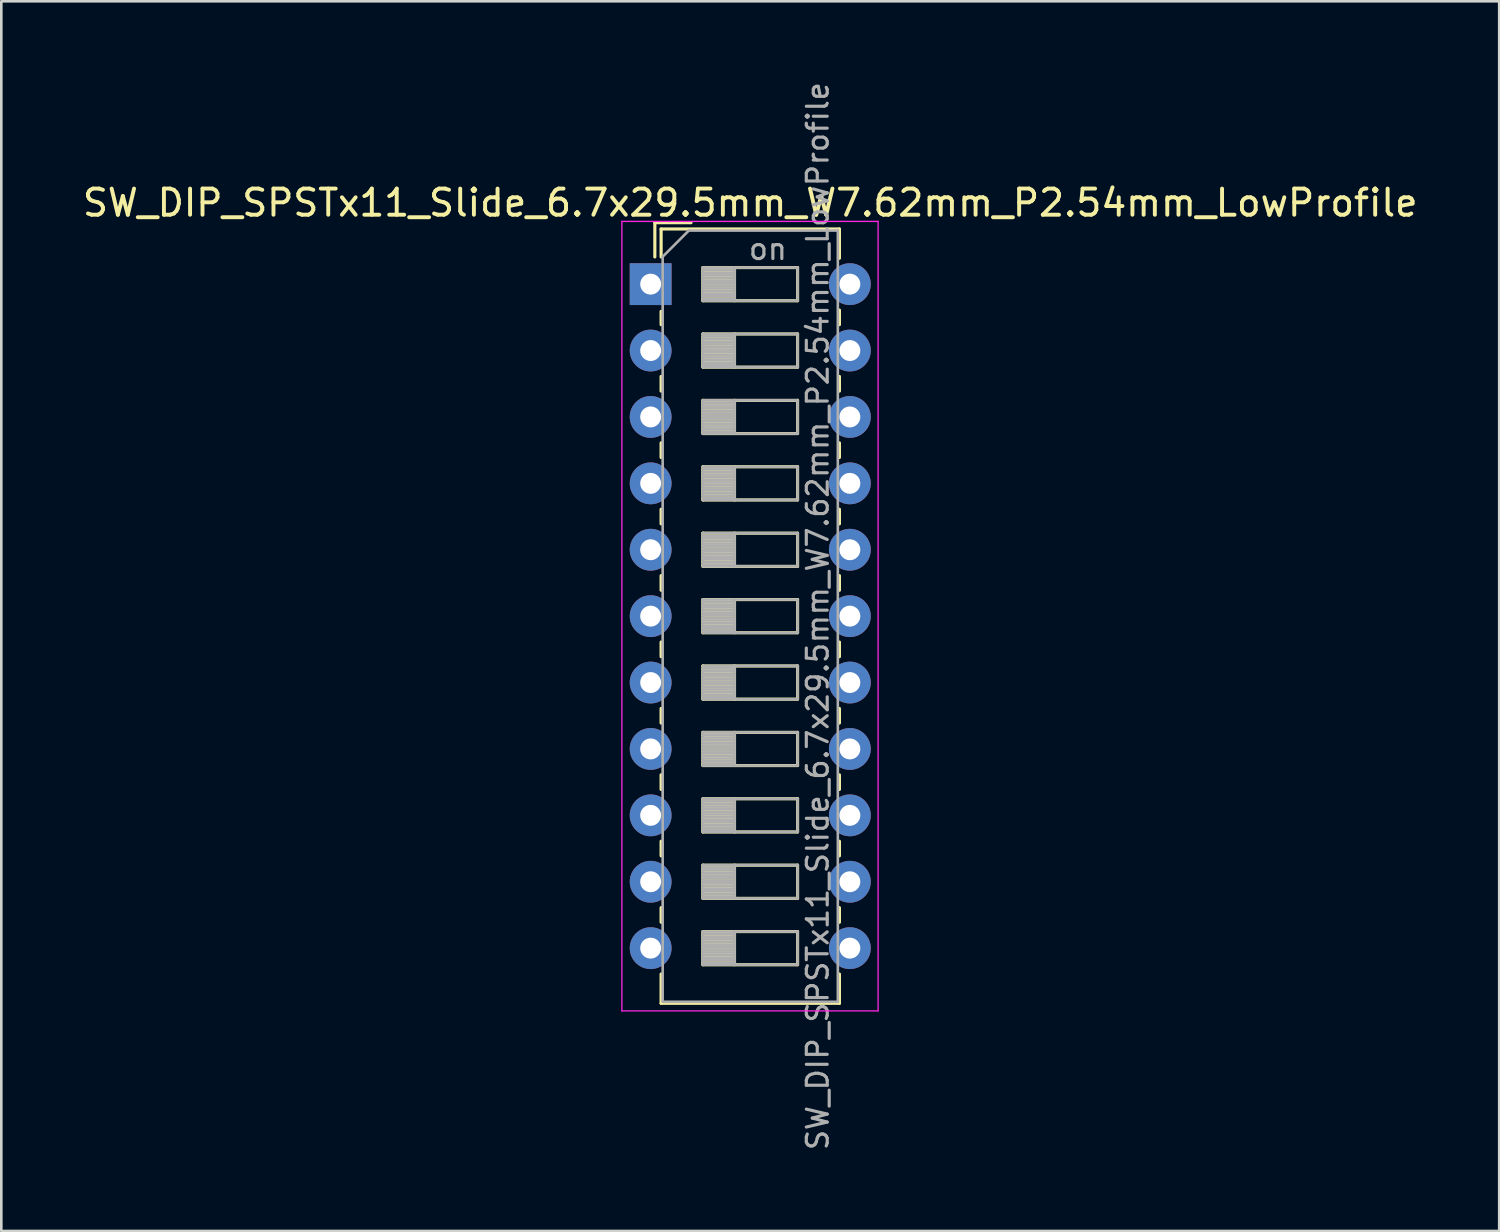
<source format=kicad_pcb>
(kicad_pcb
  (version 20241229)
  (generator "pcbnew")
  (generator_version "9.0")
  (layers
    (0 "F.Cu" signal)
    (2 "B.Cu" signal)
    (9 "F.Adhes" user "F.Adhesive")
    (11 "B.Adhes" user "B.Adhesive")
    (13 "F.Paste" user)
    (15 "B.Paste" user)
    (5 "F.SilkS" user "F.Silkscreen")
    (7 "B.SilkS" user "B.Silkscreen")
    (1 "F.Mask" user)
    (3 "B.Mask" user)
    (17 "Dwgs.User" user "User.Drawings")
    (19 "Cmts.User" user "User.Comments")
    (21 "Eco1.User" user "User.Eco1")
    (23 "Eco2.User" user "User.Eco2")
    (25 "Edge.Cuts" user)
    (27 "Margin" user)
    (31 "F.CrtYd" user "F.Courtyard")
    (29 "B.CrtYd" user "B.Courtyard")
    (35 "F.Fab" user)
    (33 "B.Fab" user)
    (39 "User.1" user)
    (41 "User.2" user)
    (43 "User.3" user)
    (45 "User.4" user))
  (footprint "SW_DIP_SPSTx11_Slide_6.7x29.5mm_W7.62mm_P2.54mm_LowProfile"
    (layer "F.Cu")
    (at 21.839 7.819)
    (property "Reference" "SW_DIP_SPSTx11_Slide_6.7x29.5mm_W7.62mm_P2.54mm_LowProfile" (at 3.81 -3.11 0) (layer "F.SilkS") (effects (font (size 1 1) (thickness 0.15))))
    (attr through_hole)
    (fp_line (start 0.16 -2.35) (end 0.16 -1.04) (stroke (width 0.12) (type solid)) (layer "F.SilkS"))
    (fp_line (start 0.16 -2.35) (end 1.543 -2.35) (stroke (width 0.12) (type solid)) (layer "F.SilkS"))
    (fp_line (start 0.4 -2.11) (end 0.4 -1.04) (stroke (width 0.12) (type solid)) (layer "F.SilkS"))
    (fp_line (start 0.4 -2.11) (end 7.221 -2.11) (stroke (width 0.12) (type solid)) (layer "F.SilkS"))
    (fp_line (start 0.4 1.04) (end 0.4 1.551) (stroke (width 0.12) (type solid)) (layer "F.SilkS"))
    (fp_line (start 0.4 3.53) (end 0.4 4.091) (stroke (width 0.12) (type solid)) (layer "F.SilkS"))
    (fp_line (start 0.4 6.07) (end 0.4 6.631) (stroke (width 0.12) (type solid)) (layer "F.SilkS"))
    (fp_line (start 0.4 8.61) (end 0.4 9.17) (stroke (width 0.12) (type solid)) (layer "F.SilkS"))
    (fp_line (start 0.4 11.15) (end 0.4 11.71) (stroke (width 0.12) (type solid)) (layer "F.SilkS"))
    (fp_line (start 0.4 13.69) (end 0.4 14.25) (stroke (width 0.12) (type solid)) (layer "F.SilkS"))
    (fp_line (start 0.4 16.23) (end 0.4 16.79) (stroke (width 0.12) (type solid)) (layer "F.SilkS"))
    (fp_line (start 0.4 18.77) (end 0.4 19.33) (stroke (width 0.12) (type solid)) (layer "F.SilkS"))
    (fp_line (start 0.4 21.31) (end 0.4 21.87) (stroke (width 0.12) (type solid)) (layer "F.SilkS"))
    (fp_line (start 0.4 23.85) (end 0.4 24.41) (stroke (width 0.12) (type solid)) (layer "F.SilkS"))
    (fp_line (start 0.4 26.39) (end 0.4 27.51) (stroke (width 0.12) (type solid)) (layer "F.SilkS"))
    (fp_line (start 0.4 27.51) (end 7.221 27.51) (stroke (width 0.12) (type solid)) (layer "F.SilkS"))
    (fp_line (start 2 -0.635) (end 2 0.635) (stroke (width 0.12) (type solid)) (layer "F.SilkS"))
    (fp_line (start 2 -0.515) (end 3.207 -0.515) (stroke (width 0.12) (type solid)) (layer "F.SilkS"))
    (fp_line (start 2 -0.395) (end 3.207 -0.395) (stroke (width 0.12) (type solid)) (layer "F.SilkS"))
    (fp_line (start 2 -0.275) (end 3.207 -0.275) (stroke (width 0.12) (type solid)) (layer "F.SilkS"))
    (fp_line (start 2 -0.155) (end 3.207 -0.155) (stroke (width 0.12) (type solid)) (layer "F.SilkS"))
    (fp_line (start 2 -0.035) (end 3.207 -0.035) (stroke (width 0.12) (type solid)) (layer "F.SilkS"))
    (fp_line (start 2 0.085) (end 3.207 0.085) (stroke (width 0.12) (type solid)) (layer "F.SilkS"))
    (fp_line (start 2 0.205) (end 3.207 0.205) (stroke (width 0.12) (type solid)) (layer "F.SilkS"))
    (fp_line (start 2 0.325) (end 3.207 0.325) (stroke (width 0.12) (type solid)) (layer "F.SilkS"))
    (fp_line (start 2 0.445) (end 3.207 0.445) (stroke (width 0.12) (type solid)) (layer "F.SilkS"))
    (fp_line (start 2 0.565) (end 3.207 0.565) (stroke (width 0.12) (type solid)) (layer "F.SilkS"))
    (fp_line (start 2 0.635) (end 5.62 0.635) (stroke (width 0.12) (type solid)) (layer "F.SilkS"))
    (fp_line (start 2 1.905) (end 2 3.175) (stroke (width 0.12) (type solid)) (layer "F.SilkS"))
    (fp_line (start 2 2.025) (end 3.207 2.025) (stroke (width 0.12) (type solid)) (layer "F.SilkS"))
    (fp_line (start 2 2.145) (end 3.207 2.145) (stroke (width 0.12) (type solid)) (layer "F.SilkS"))
    (fp_line (start 2 2.265) (end 3.207 2.265) (stroke (width 0.12) (type solid)) (layer "F.SilkS"))
    (fp_line (start 2 2.385) (end 3.207 2.385) (stroke (width 0.12) (type solid)) (layer "F.SilkS"))
    (fp_line (start 2 2.505) (end 3.207 2.505) (stroke (width 0.12) (type solid)) (layer "F.SilkS"))
    (fp_line (start 2 2.625) (end 3.207 2.625) (stroke (width 0.12) (type solid)) (layer "F.SilkS"))
    (fp_line (start 2 2.745) (end 3.207 2.745) (stroke (width 0.12) (type solid)) (layer "F.SilkS"))
    (fp_line (start 2 2.865) (end 3.207 2.865) (stroke (width 0.12) (type solid)) (layer "F.SilkS"))
    (fp_line (start 2 2.985) (end 3.207 2.985) (stroke (width 0.12) (type solid)) (layer "F.SilkS"))
    (fp_line (start 2 3.105) (end 3.207 3.105) (stroke (width 0.12) (type solid)) (layer "F.SilkS"))
    (fp_line (start 2 3.175) (end 5.62 3.175) (stroke (width 0.12) (type solid)) (layer "F.SilkS"))
    (fp_line (start 2 4.445) (end 2 5.715) (stroke (width 0.12) (type solid)) (layer "F.SilkS"))
    (fp_line (start 2 4.565) (end 3.207 4.565) (stroke (width 0.12) (type solid)) (layer "F.SilkS"))
    (fp_line (start 2 4.685) (end 3.207 4.685) (stroke (width 0.12) (type solid)) (layer "F.SilkS"))
    (fp_line (start 2 4.805) (end 3.207 4.805) (stroke (width 0.12) (type solid)) (layer "F.SilkS"))
    (fp_line (start 2 4.925) (end 3.207 4.925) (stroke (width 0.12) (type solid)) (layer "F.SilkS"))
    (fp_line (start 2 5.045) (end 3.207 5.045) (stroke (width 0.12) (type solid)) (layer "F.SilkS"))
    (fp_line (start 2 5.165) (end 3.207 5.165) (stroke (width 0.12) (type solid)) (layer "F.SilkS"))
    (fp_line (start 2 5.285) (end 3.207 5.285) (stroke (width 0.12) (type solid)) (layer "F.SilkS"))
    (fp_line (start 2 5.405) (end 3.207 5.405) (stroke (width 0.12) (type solid)) (layer "F.SilkS"))
    (fp_line (start 2 5.525) (end 3.207 5.525) (stroke (width 0.12) (type solid)) (layer "F.SilkS"))
    (fp_line (start 2 5.645) (end 3.207 5.645) (stroke (width 0.12) (type solid)) (layer "F.SilkS"))
    (fp_line (start 2 5.715) (end 5.62 5.715) (stroke (width 0.12) (type solid)) (layer "F.SilkS"))
    (fp_line (start 2 6.985) (end 2 8.255) (stroke (width 0.12) (type solid)) (layer "F.SilkS"))
    (fp_line (start 2 7.105) (end 3.207 7.105) (stroke (width 0.12) (type solid)) (layer "F.SilkS"))
    (fp_line (start 2 7.225) (end 3.207 7.225) (stroke (width 0.12) (type solid)) (layer "F.SilkS"))
    (fp_line (start 2 7.345) (end 3.207 7.345) (stroke (width 0.12) (type solid)) (layer "F.SilkS"))
    (fp_line (start 2 7.465) (end 3.207 7.465) (stroke (width 0.12) (type solid)) (layer "F.SilkS"))
    (fp_line (start 2 7.585) (end 3.207 7.585) (stroke (width 0.12) (type solid)) (layer "F.SilkS"))
    (fp_line (start 2 7.705) (end 3.207 7.705) (stroke (width 0.12) (type solid)) (layer "F.SilkS"))
    (fp_line (start 2 7.825) (end 3.207 7.825) (stroke (width 0.12) (type solid)) (layer "F.SilkS"))
    (fp_line (start 2 7.945) (end 3.207 7.945) (stroke (width 0.12) (type solid)) (layer "F.SilkS"))
    (fp_line (start 2 8.065) (end 3.207 8.065) (stroke (width 0.12) (type solid)) (layer "F.SilkS"))
    (fp_line (start 2 8.185) (end 3.207 8.185) (stroke (width 0.12) (type solid)) (layer "F.SilkS"))
    (fp_line (start 2 8.255) (end 5.62 8.255) (stroke (width 0.12) (type solid)) (layer "F.SilkS"))
    (fp_line (start 2 9.525) (end 2 10.795) (stroke (width 0.12) (type solid)) (layer "F.SilkS"))
    (fp_line (start 2 9.645) (end 3.207 9.645) (stroke (width 0.12) (type solid)) (layer "F.SilkS"))
    (fp_line (start 2 9.765) (end 3.207 9.765) (stroke (width 0.12) (type solid)) (layer "F.SilkS"))
    (fp_line (start 2 9.885) (end 3.207 9.885) (stroke (width 0.12) (type solid)) (layer "F.SilkS"))
    (fp_line (start 2 10.005) (end 3.207 10.005) (stroke (width 0.12) (type solid)) (layer "F.SilkS"))
    (fp_line (start 2 10.125) (end 3.207 10.125) (stroke (width 0.12) (type solid)) (layer "F.SilkS"))
    (fp_line (start 2 10.245) (end 3.207 10.245) (stroke (width 0.12) (type solid)) (layer "F.SilkS"))
    (fp_line (start 2 10.365) (end 3.207 10.365) (stroke (width 0.12) (type solid)) (layer "F.SilkS"))
    (fp_line (start 2 10.485) (end 3.207 10.485) (stroke (width 0.12) (type solid)) (layer "F.SilkS"))
    (fp_line (start 2 10.605) (end 3.207 10.605) (stroke (width 0.12) (type solid)) (layer "F.SilkS"))
    (fp_line (start 2 10.725) (end 3.207 10.725) (stroke (width 0.12) (type solid)) (layer "F.SilkS"))
    (fp_line (start 2 10.795) (end 5.62 10.795) (stroke (width 0.12) (type solid)) (layer "F.SilkS"))
    (fp_line (start 2 12.065) (end 2 13.335) (stroke (width 0.12) (type solid)) (layer "F.SilkS"))
    (fp_line (start 2 12.185) (end 3.207 12.185) (stroke (width 0.12) (type solid)) (layer "F.SilkS"))
    (fp_line (start 2 12.305) (end 3.207 12.305) (stroke (width 0.12) (type solid)) (layer "F.SilkS"))
    (fp_line (start 2 12.425) (end 3.207 12.425) (stroke (width 0.12) (type solid)) (layer "F.SilkS"))
    (fp_line (start 2 12.545) (end 3.207 12.545) (stroke (width 0.12) (type solid)) (layer "F.SilkS"))
    (fp_line (start 2 12.665) (end 3.207 12.665) (stroke (width 0.12) (type solid)) (layer "F.SilkS"))
    (fp_line (start 2 12.785) (end 3.207 12.785) (stroke (width 0.12) (type solid)) (layer "F.SilkS"))
    (fp_line (start 2 12.905) (end 3.207 12.905) (stroke (width 0.12) (type solid)) (layer "F.SilkS"))
    (fp_line (start 2 13.025) (end 3.207 13.025) (stroke (width 0.12) (type solid)) (layer "F.SilkS"))
    (fp_line (start 2 13.145) (end 3.207 13.145) (stroke (width 0.12) (type solid)) (layer "F.SilkS"))
    (fp_line (start 2 13.265) (end 3.207 13.265) (stroke (width 0.12) (type solid)) (layer "F.SilkS"))
    (fp_line (start 2 13.335) (end 5.62 13.335) (stroke (width 0.12) (type solid)) (layer "F.SilkS"))
    (fp_line (start 2 14.605) (end 2 15.875) (stroke (width 0.12) (type solid)) (layer "F.SilkS"))
    (fp_line (start 2 14.725) (end 3.207 14.725) (stroke (width 0.12) (type solid)) (layer "F.SilkS"))
    (fp_line (start 2 14.845) (end 3.207 14.845) (stroke (width 0.12) (type solid)) (layer "F.SilkS"))
    (fp_line (start 2 14.965) (end 3.207 14.965) (stroke (width 0.12) (type solid)) (layer "F.SilkS"))
    (fp_line (start 2 15.085) (end 3.207 15.085) (stroke (width 0.12) (type solid)) (layer "F.SilkS"))
    (fp_line (start 2 15.205) (end 3.207 15.205) (stroke (width 0.12) (type solid)) (layer "F.SilkS"))
    (fp_line (start 2 15.325) (end 3.207 15.325) (stroke (width 0.12) (type solid)) (layer "F.SilkS"))
    (fp_line (start 2 15.445) (end 3.207 15.445) (stroke (width 0.12) (type solid)) (layer "F.SilkS"))
    (fp_line (start 2 15.565) (end 3.207 15.565) (stroke (width 0.12) (type solid)) (layer "F.SilkS"))
    (fp_line (start 2 15.685) (end 3.207 15.685) (stroke (width 0.12) (type solid)) (layer "F.SilkS"))
    (fp_line (start 2 15.805) (end 3.207 15.805) (stroke (width 0.12) (type solid)) (layer "F.SilkS"))
    (fp_line (start 2 15.875) (end 5.62 15.875) (stroke (width 0.12) (type solid)) (layer "F.SilkS"))
    (fp_line (start 2 17.145) (end 2 18.415) (stroke (width 0.12) (type solid)) (layer "F.SilkS"))
    (fp_line (start 2 17.265) (end 3.207 17.265) (stroke (width 0.12) (type solid)) (layer "F.SilkS"))
    (fp_line (start 2 17.385) (end 3.207 17.385) (stroke (width 0.12) (type solid)) (layer "F.SilkS"))
    (fp_line (start 2 17.505) (end 3.207 17.505) (stroke (width 0.12) (type solid)) (layer "F.SilkS"))
    (fp_line (start 2 17.625) (end 3.207 17.625) (stroke (width 0.12) (type solid)) (layer "F.SilkS"))
    (fp_line (start 2 17.745) (end 3.207 17.745) (stroke (width 0.12) (type solid)) (layer "F.SilkS"))
    (fp_line (start 2 17.865) (end 3.207 17.865) (stroke (width 0.12) (type solid)) (layer "F.SilkS"))
    (fp_line (start 2 17.985) (end 3.207 17.985) (stroke (width 0.12) (type solid)) (layer "F.SilkS"))
    (fp_line (start 2 18.105) (end 3.207 18.105) (stroke (width 0.12) (type solid)) (layer "F.SilkS"))
    (fp_line (start 2 18.225) (end 3.207 18.225) (stroke (width 0.12) (type solid)) (layer "F.SilkS"))
    (fp_line (start 2 18.345) (end 3.207 18.345) (stroke (width 0.12) (type solid)) (layer "F.SilkS"))
    (fp_line (start 2 18.415) (end 5.62 18.415) (stroke (width 0.12) (type solid)) (layer "F.SilkS"))
    (fp_line (start 2 19.685) (end 2 20.955) (stroke (width 0.12) (type solid)) (layer "F.SilkS"))
    (fp_line (start 2 19.805) (end 3.207 19.805) (stroke (width 0.12) (type solid)) (layer "F.SilkS"))
    (fp_line (start 2 19.925) (end 3.207 19.925) (stroke (width 0.12) (type solid)) (layer "F.SilkS"))
    (fp_line (start 2 20.045) (end 3.207 20.045) (stroke (width 0.12) (type solid)) (layer "F.SilkS"))
    (fp_line (start 2 20.165) (end 3.207 20.165) (stroke (width 0.12) (type solid)) (layer "F.SilkS"))
    (fp_line (start 2 20.285) (end 3.207 20.285) (stroke (width 0.12) (type solid)) (layer "F.SilkS"))
    (fp_line (start 2 20.405) (end 3.207 20.405) (stroke (width 0.12) (type solid)) (layer "F.SilkS"))
    (fp_line (start 2 20.525) (end 3.207 20.525) (stroke (width 0.12) (type solid)) (layer "F.SilkS"))
    (fp_line (start 2 20.645) (end 3.207 20.645) (stroke (width 0.12) (type solid)) (layer "F.SilkS"))
    (fp_line (start 2 20.765) (end 3.207 20.765) (stroke (width 0.12) (type solid)) (layer "F.SilkS"))
    (fp_line (start 2 20.885) (end 3.207 20.885) (stroke (width 0.12) (type solid)) (layer "F.SilkS"))
    (fp_line (start 2 20.955) (end 5.62 20.955) (stroke (width 0.12) (type solid)) (layer "F.SilkS"))
    (fp_line (start 2 22.225) (end 2 23.495) (stroke (width 0.12) (type solid)) (layer "F.SilkS"))
    (fp_line (start 2 22.345) (end 3.207 22.345) (stroke (width 0.12) (type solid)) (layer "F.SilkS"))
    (fp_line (start 2 22.465) (end 3.207 22.465) (stroke (width 0.12) (type solid)) (layer "F.SilkS"))
    (fp_line (start 2 22.585) (end 3.207 22.585) (stroke (width 0.12) (type solid)) (layer "F.SilkS"))
    (fp_line (start 2 22.705) (end 3.207 22.705) (stroke (width 0.12) (type solid)) (layer "F.SilkS"))
    (fp_line (start 2 22.825) (end 3.207 22.825) (stroke (width 0.12) (type solid)) (layer "F.SilkS"))
    (fp_line (start 2 22.945) (end 3.207 22.945) (stroke (width 0.12) (type solid)) (layer "F.SilkS"))
    (fp_line (start 2 23.065) (end 3.207 23.065) (stroke (width 0.12) (type solid)) (layer "F.SilkS"))
    (fp_line (start 2 23.185) (end 3.207 23.185) (stroke (width 0.12) (type solid)) (layer "F.SilkS"))
    (fp_line (start 2 23.305) (end 3.207 23.305) (stroke (width 0.12) (type solid)) (layer "F.SilkS"))
    (fp_line (start 2 23.425) (end 3.207 23.425) (stroke (width 0.12) (type solid)) (layer "F.SilkS"))
    (fp_line (start 2 23.495) (end 5.62 23.495) (stroke (width 0.12) (type solid)) (layer "F.SilkS"))
    (fp_line (start 2 24.765) (end 2 26.035) (stroke (width 0.12) (type solid)) (layer "F.SilkS"))
    (fp_line (start 2 24.885) (end 3.207 24.885) (stroke (width 0.12) (type solid)) (layer "F.SilkS"))
    (fp_line (start 2 25.005) (end 3.207 25.005) (stroke (width 0.12) (type solid)) (layer "F.SilkS"))
    (fp_line (start 2 25.125) (end 3.207 25.125) (stroke (width 0.12) (type solid)) (layer "F.SilkS"))
    (fp_line (start 2 25.245) (end 3.207 25.245) (stroke (width 0.12) (type solid)) (layer "F.SilkS"))
    (fp_line (start 2 25.365) (end 3.207 25.365) (stroke (width 0.12) (type solid)) (layer "F.SilkS"))
    (fp_line (start 2 25.485) (end 3.207 25.485) (stroke (width 0.12) (type solid)) (layer "F.SilkS"))
    (fp_line (start 2 25.605) (end 3.207 25.605) (stroke (width 0.12) (type solid)) (layer "F.SilkS"))
    (fp_line (start 2 25.725) (end 3.207 25.725) (stroke (width 0.12) (type solid)) (layer "F.SilkS"))
    (fp_line (start 2 25.845) (end 3.207 25.845) (stroke (width 0.12) (type solid)) (layer "F.SilkS"))
    (fp_line (start 2 25.965) (end 3.207 25.965) (stroke (width 0.12) (type solid)) (layer "F.SilkS"))
    (fp_line (start 2 26.035) (end 5.62 26.035) (stroke (width 0.12) (type solid)) (layer "F.SilkS"))
    (fp_line (start 3.207 -0.635) (end 3.207 0.635) (stroke (width 0.12) (type solid)) (layer "F.SilkS"))
    (fp_line (start 3.207 1.905) (end 3.207 3.175) (stroke (width 0.12) (type solid)) (layer "F.SilkS"))
    (fp_line (start 3.207 4.445) (end 3.207 5.715) (stroke (width 0.12) (type solid)) (layer "F.SilkS"))
    (fp_line (start 3.207 6.985) (end 3.207 8.255) (stroke (width 0.12) (type solid)) (layer "F.SilkS"))
    (fp_line (start 3.207 9.525) (end 3.207 10.795) (stroke (width 0.12) (type solid)) (layer "F.SilkS"))
    (fp_line (start 3.207 12.065) (end 3.207 13.335) (stroke (width 0.12) (type solid)) (layer "F.SilkS"))
    (fp_line (start 3.207 14.605) (end 3.207 15.875) (stroke (width 0.12) (type solid)) (layer "F.SilkS"))
    (fp_line (start 3.207 17.145) (end 3.207 18.415) (stroke (width 0.12) (type solid)) (layer "F.SilkS"))
    (fp_line (start 3.207 19.685) (end 3.207 20.955) (stroke (width 0.12) (type solid)) (layer "F.SilkS"))
    (fp_line (start 3.207 22.225) (end 3.207 23.495) (stroke (width 0.12) (type solid)) (layer "F.SilkS"))
    (fp_line (start 3.207 24.765) (end 3.207 26.035) (stroke (width 0.12) (type solid)) (layer "F.SilkS"))
    (fp_line (start 5.62 -0.635) (end 2 -0.635) (stroke (width 0.12) (type solid)) (layer "F.SilkS"))
    (fp_line (start 5.62 0.635) (end 5.62 -0.635) (stroke (width 0.12) (type solid)) (layer "F.SilkS"))
    (fp_line (start 5.62 1.905) (end 2 1.905) (stroke (width 0.12) (type solid)) (layer "F.SilkS"))
    (fp_line (start 5.62 3.175) (end 5.62 1.905) (stroke (width 0.12) (type solid)) (layer "F.SilkS"))
    (fp_line (start 5.62 4.445) (end 2 4.445) (stroke (width 0.12) (type solid)) (layer "F.SilkS"))
    (fp_line (start 5.62 5.715) (end 5.62 4.445) (stroke (width 0.12) (type solid)) (layer "F.SilkS"))
    (fp_line (start 5.62 6.985) (end 2 6.985) (stroke (width 0.12) (type solid)) (layer "F.SilkS"))
    (fp_line (start 5.62 8.255) (end 5.62 6.985) (stroke (width 0.12) (type solid)) (layer "F.SilkS"))
    (fp_line (start 5.62 9.525) (end 2 9.525) (stroke (width 0.12) (type solid)) (layer "F.SilkS"))
    (fp_line (start 5.62 10.795) (end 5.62 9.525) (stroke (width 0.12) (type solid)) (layer "F.SilkS"))
    (fp_line (start 5.62 12.065) (end 2 12.065) (stroke (width 0.12) (type solid)) (layer "F.SilkS"))
    (fp_line (start 5.62 13.335) (end 5.62 12.065) (stroke (width 0.12) (type solid)) (layer "F.SilkS"))
    (fp_line (start 5.62 14.605) (end 2 14.605) (stroke (width 0.12) (type solid)) (layer "F.SilkS"))
    (fp_line (start 5.62 15.875) (end 5.62 14.605) (stroke (width 0.12) (type solid)) (layer "F.SilkS"))
    (fp_line (start 5.62 17.145) (end 2 17.145) (stroke (width 0.12) (type solid)) (layer "F.SilkS"))
    (fp_line (start 5.62 18.415) (end 5.62 17.145) (stroke (width 0.12) (type solid)) (layer "F.SilkS"))
    (fp_line (start 5.62 19.685) (end 2 19.685) (stroke (width 0.12) (type solid)) (layer "F.SilkS"))
    (fp_line (start 5.62 20.955) (end 5.62 19.685) (stroke (width 0.12) (type solid)) (layer "F.SilkS"))
    (fp_line (start 5.62 22.225) (end 2 22.225) (stroke (width 0.12) (type solid)) (layer "F.SilkS"))
    (fp_line (start 5.62 23.495) (end 5.62 22.225) (stroke (width 0.12) (type solid)) (layer "F.SilkS"))
    (fp_line (start 5.62 24.765) (end 2 24.765) (stroke (width 0.12) (type solid)) (layer "F.SilkS"))
    (fp_line (start 5.62 26.035) (end 5.62 24.765) (stroke (width 0.12) (type solid)) (layer "F.SilkS"))
    (fp_line (start 7.221 -2.11) (end 7.221 -0.99) (stroke (width 0.12) (type solid)) (layer "F.SilkS"))
    (fp_line (start 7.221 0.991) (end 7.221 1.551) (stroke (width 0.12) (type solid)) (layer "F.SilkS"))
    (fp_line (start 7.221 3.531) (end 7.221 4.091) (stroke (width 0.12) (type solid)) (layer "F.SilkS"))
    (fp_line (start 7.221 6.071) (end 7.221 6.631) (stroke (width 0.12) (type solid)) (layer "F.SilkS"))
    (fp_line (start 7.221 8.611) (end 7.221 9.171) (stroke (width 0.12) (type solid)) (layer "F.SilkS"))
    (fp_line (start 7.221 11.151) (end 7.221 11.711) (stroke (width 0.12) (type solid)) (layer "F.SilkS"))
    (fp_line (start 7.221 13.691) (end 7.221 14.251) (stroke (width 0.12) (type solid)) (layer "F.SilkS"))
    (fp_line (start 7.221 16.231) (end 7.221 16.79) (stroke (width 0.12) (type solid)) (layer "F.SilkS"))
    (fp_line (start 7.221 18.771) (end 7.221 19.33) (stroke (width 0.12) (type solid)) (layer "F.SilkS"))
    (fp_line (start 7.221 21.311) (end 7.221 21.87) (stroke (width 0.12) (type solid)) (layer "F.SilkS"))
    (fp_line (start 7.221 23.85) (end 7.221 24.41) (stroke (width 0.12) (type solid)) (layer "F.SilkS"))
    (fp_line (start 7.221 26.39) (end 7.221 27.51) (stroke (width 0.12) (type solid)) (layer "F.SilkS"))
    (fp_line (start -1.1 -2.4) (end -1.1 27.8) (stroke (width 0.05) (type solid)) (layer "F.CrtYd"))
    (fp_line (start -1.1 27.8) (end 8.7 27.8) (stroke (width 0.05) (type solid)) (layer "F.CrtYd"))
    (fp_line (start 8.7 -2.4) (end -1.1 -2.4) (stroke (width 0.05) (type solid)) (layer "F.CrtYd"))
    (fp_line (start 8.7 27.8) (end 8.7 -2.4) (stroke (width 0.05) (type solid)) (layer "F.CrtYd"))
    (fp_line (start 0.46 -1.05) (end 1.46 -2.05) (stroke (width 0.1) (type solid)) (layer "F.Fab"))
    (fp_line (start 0.46 27.45) (end 0.46 -1.05) (stroke (width 0.1) (type solid)) (layer "F.Fab"))
    (fp_line (start 1.46 -2.05) (end 7.16 -2.05) (stroke (width 0.1) (type solid)) (layer "F.Fab"))
    (fp_line (start 2 -0.635) (end 2 0.635) (stroke (width 0.1) (type solid)) (layer "F.Fab"))
    (fp_line (start 2 -0.535) (end 3.207 -0.535) (stroke (width 0.1) (type solid)) (layer "F.Fab"))
    (fp_line (start 2 -0.435) (end 3.207 -0.435) (stroke (width 0.1) (type solid)) (layer "F.Fab"))
    (fp_line (start 2 -0.335) (end 3.207 -0.335) (stroke (width 0.1) (type solid)) (layer "F.Fab"))
    (fp_line (start 2 -0.235) (end 3.207 -0.235) (stroke (width 0.1) (type solid)) (layer "F.Fab"))
    (fp_line (start 2 -0.135) (end 3.207 -0.135) (stroke (width 0.1) (type solid)) (layer "F.Fab"))
    (fp_line (start 2 -0.035) (end 3.207 -0.035) (stroke (width 0.1) (type solid)) (layer "F.Fab"))
    (fp_line (start 2 0.065) (end 3.207 0.065) (stroke (width 0.1) (type solid)) (layer "F.Fab"))
    (fp_line (start 2 0.165) (end 3.207 0.165) (stroke (width 0.1) (type solid)) (layer "F.Fab"))
    (fp_line (start 2 0.265) (end 3.207 0.265) (stroke (width 0.1) (type solid)) (layer "F.Fab"))
    (fp_line (start 2 0.365) (end 3.207 0.365) (stroke (width 0.1) (type solid)) (layer "F.Fab"))
    (fp_line (start 2 0.465) (end 3.207 0.465) (stroke (width 0.1) (type solid)) (layer "F.Fab"))
    (fp_line (start 2 0.565) (end 3.207 0.565) (stroke (width 0.1) (type solid)) (layer "F.Fab"))
    (fp_line (start 2 0.635) (end 5.62 0.635) (stroke (width 0.1) (type solid)) (layer "F.Fab"))
    (fp_line (start 2 1.905) (end 2 3.175) (stroke (width 0.1) (type solid)) (layer "F.Fab"))
    (fp_line (start 2 2.005) (end 3.207 2.005) (stroke (width 0.1) (type solid)) (layer "F.Fab"))
    (fp_line (start 2 2.105) (end 3.207 2.105) (stroke (width 0.1) (type solid)) (layer "F.Fab"))
    (fp_line (start 2 2.205) (end 3.207 2.205) (stroke (width 0.1) (type solid)) (layer "F.Fab"))
    (fp_line (start 2 2.305) (end 3.207 2.305) (stroke (width 0.1) (type solid)) (layer "F.Fab"))
    (fp_line (start 2 2.405) (end 3.207 2.405) (stroke (width 0.1) (type solid)) (layer "F.Fab"))
    (fp_line (start 2 2.505) (end 3.207 2.505) (stroke (width 0.1) (type solid)) (layer "F.Fab"))
    (fp_line (start 2 2.605) (end 3.207 2.605) (stroke (width 0.1) (type solid)) (layer "F.Fab"))
    (fp_line (start 2 2.705) (end 3.207 2.705) (stroke (width 0.1) (type solid)) (layer "F.Fab"))
    (fp_line (start 2 2.805) (end 3.207 2.805) (stroke (width 0.1) (type solid)) (layer "F.Fab"))
    (fp_line (start 2 2.905) (end 3.207 2.905) (stroke (width 0.1) (type solid)) (layer "F.Fab"))
    (fp_line (start 2 3.005) (end 3.207 3.005) (stroke (width 0.1) (type solid)) (layer "F.Fab"))
    (fp_line (start 2 3.105) (end 3.207 3.105) (stroke (width 0.1) (type solid)) (layer "F.Fab"))
    (fp_line (start 2 3.175) (end 5.62 3.175) (stroke (width 0.1) (type solid)) (layer "F.Fab"))
    (fp_line (start 2 4.445) (end 2 5.715) (stroke (width 0.1) (type solid)) (layer "F.Fab"))
    (fp_line (start 2 4.545) (end 3.207 4.545) (stroke (width 0.1) (type solid)) (layer "F.Fab"))
    (fp_line (start 2 4.645) (end 3.207 4.645) (stroke (width 0.1) (type solid)) (layer "F.Fab"))
    (fp_line (start 2 4.745) (end 3.207 4.745) (stroke (width 0.1) (type solid)) (layer "F.Fab"))
    (fp_line (start 2 4.845) (end 3.207 4.845) (stroke (width 0.1) (type solid)) (layer "F.Fab"))
    (fp_line (start 2 4.945) (end 3.207 4.945) (stroke (width 0.1) (type solid)) (layer "F.Fab"))
    (fp_line (start 2 5.045) (end 3.207 5.045) (stroke (width 0.1) (type solid)) (layer "F.Fab"))
    (fp_line (start 2 5.145) (end 3.207 5.145) (stroke (width 0.1) (type solid)) (layer "F.Fab"))
    (fp_line (start 2 5.245) (end 3.207 5.245) (stroke (width 0.1) (type solid)) (layer "F.Fab"))
    (fp_line (start 2 5.345) (end 3.207 5.345) (stroke (width 0.1) (type solid)) (layer "F.Fab"))
    (fp_line (start 2 5.445) (end 3.207 5.445) (stroke (width 0.1) (type solid)) (layer "F.Fab"))
    (fp_line (start 2 5.545) (end 3.207 5.545) (stroke (width 0.1) (type solid)) (layer "F.Fab"))
    (fp_line (start 2 5.645) (end 3.207 5.645) (stroke (width 0.1) (type solid)) (layer "F.Fab"))
    (fp_line (start 2 5.715) (end 5.62 5.715) (stroke (width 0.1) (type solid)) (layer "F.Fab"))
    (fp_line (start 2 6.985) (end 2 8.255) (stroke (width 0.1) (type solid)) (layer "F.Fab"))
    (fp_line (start 2 7.085) (end 3.207 7.085) (stroke (width 0.1) (type solid)) (layer "F.Fab"))
    (fp_line (start 2 7.185) (end 3.207 7.185) (stroke (width 0.1) (type solid)) (layer "F.Fab"))
    (fp_line (start 2 7.285) (end 3.207 7.285) (stroke (width 0.1) (type solid)) (layer "F.Fab"))
    (fp_line (start 2 7.385) (end 3.207 7.385) (stroke (width 0.1) (type solid)) (layer "F.Fab"))
    (fp_line (start 2 7.485) (end 3.207 7.485) (stroke (width 0.1) (type solid)) (layer "F.Fab"))
    (fp_line (start 2 7.585) (end 3.207 7.585) (stroke (width 0.1) (type solid)) (layer "F.Fab"))
    (fp_line (start 2 7.685) (end 3.207 7.685) (stroke (width 0.1) (type solid)) (layer "F.Fab"))
    (fp_line (start 2 7.785) (end 3.207 7.785) (stroke (width 0.1) (type solid)) (layer "F.Fab"))
    (fp_line (start 2 7.885) (end 3.207 7.885) (stroke (width 0.1) (type solid)) (layer "F.Fab"))
    (fp_line (start 2 7.985) (end 3.207 7.985) (stroke (width 0.1) (type solid)) (layer "F.Fab"))
    (fp_line (start 2 8.085) (end 3.207 8.085) (stroke (width 0.1) (type solid)) (layer "F.Fab"))
    (fp_line (start 2 8.185) (end 3.207 8.185) (stroke (width 0.1) (type solid)) (layer "F.Fab"))
    (fp_line (start 2 8.255) (end 5.62 8.255) (stroke (width 0.1) (type solid)) (layer "F.Fab"))
    (fp_line (start 2 9.525) (end 2 10.795) (stroke (width 0.1) (type solid)) (layer "F.Fab"))
    (fp_line (start 2 9.625) (end 3.207 9.625) (stroke (width 0.1) (type solid)) (layer "F.Fab"))
    (fp_line (start 2 9.725) (end 3.207 9.725) (stroke (width 0.1) (type solid)) (layer "F.Fab"))
    (fp_line (start 2 9.825) (end 3.207 9.825) (stroke (width 0.1) (type solid)) (layer "F.Fab"))
    (fp_line (start 2 9.925) (end 3.207 9.925) (stroke (width 0.1) (type solid)) (layer "F.Fab"))
    (fp_line (start 2 10.025) (end 3.207 10.025) (stroke (width 0.1) (type solid)) (layer "F.Fab"))
    (fp_line (start 2 10.125) (end 3.207 10.125) (stroke (width 0.1) (type solid)) (layer "F.Fab"))
    (fp_line (start 2 10.225) (end 3.207 10.225) (stroke (width 0.1) (type solid)) (layer "F.Fab"))
    (fp_line (start 2 10.325) (end 3.207 10.325) (stroke (width 0.1) (type solid)) (layer "F.Fab"))
    (fp_line (start 2 10.425) (end 3.207 10.425) (stroke (width 0.1) (type solid)) (layer "F.Fab"))
    (fp_line (start 2 10.525) (end 3.207 10.525) (stroke (width 0.1) (type solid)) (layer "F.Fab"))
    (fp_line (start 2 10.625) (end 3.207 10.625) (stroke (width 0.1) (type solid)) (layer "F.Fab"))
    (fp_line (start 2 10.725) (end 3.207 10.725) (stroke (width 0.1) (type solid)) (layer "F.Fab"))
    (fp_line (start 2 10.795) (end 5.62 10.795) (stroke (width 0.1) (type solid)) (layer "F.Fab"))
    (fp_line (start 2 12.065) (end 2 13.335) (stroke (width 0.1) (type solid)) (layer "F.Fab"))
    (fp_line (start 2 12.165) (end 3.207 12.165) (stroke (width 0.1) (type solid)) (layer "F.Fab"))
    (fp_line (start 2 12.265) (end 3.207 12.265) (stroke (width 0.1) (type solid)) (layer "F.Fab"))
    (fp_line (start 2 12.365) (end 3.207 12.365) (stroke (width 0.1) (type solid)) (layer "F.Fab"))
    (fp_line (start 2 12.465) (end 3.207 12.465) (stroke (width 0.1) (type solid)) (layer "F.Fab"))
    (fp_line (start 2 12.565) (end 3.207 12.565) (stroke (width 0.1) (type solid)) (layer "F.Fab"))
    (fp_line (start 2 12.665) (end 3.207 12.665) (stroke (width 0.1) (type solid)) (layer "F.Fab"))
    (fp_line (start 2 12.765) (end 3.207 12.765) (stroke (width 0.1) (type solid)) (layer "F.Fab"))
    (fp_line (start 2 12.865) (end 3.207 12.865) (stroke (width 0.1) (type solid)) (layer "F.Fab"))
    (fp_line (start 2 12.965) (end 3.207 12.965) (stroke (width 0.1) (type solid)) (layer "F.Fab"))
    (fp_line (start 2 13.065) (end 3.207 13.065) (stroke (width 0.1) (type solid)) (layer "F.Fab"))
    (fp_line (start 2 13.165) (end 3.207 13.165) (stroke (width 0.1) (type solid)) (layer "F.Fab"))
    (fp_line (start 2 13.265) (end 3.207 13.265) (stroke (width 0.1) (type solid)) (layer "F.Fab"))
    (fp_line (start 2 13.335) (end 5.62 13.335) (stroke (width 0.1) (type solid)) (layer "F.Fab"))
    (fp_line (start 2 14.605) (end 2 15.875) (stroke (width 0.1) (type solid)) (layer "F.Fab"))
    (fp_line (start 2 14.705) (end 3.207 14.705) (stroke (width 0.1) (type solid)) (layer "F.Fab"))
    (fp_line (start 2 14.805) (end 3.207 14.805) (stroke (width 0.1) (type solid)) (layer "F.Fab"))
    (fp_line (start 2 14.905) (end 3.207 14.905) (stroke (width 0.1) (type solid)) (layer "F.Fab"))
    (fp_line (start 2 15.005) (end 3.207 15.005) (stroke (width 0.1) (type solid)) (layer "F.Fab"))
    (fp_line (start 2 15.105) (end 3.207 15.105) (stroke (width 0.1) (type solid)) (layer "F.Fab"))
    (fp_line (start 2 15.205) (end 3.207 15.205) (stroke (width 0.1) (type solid)) (layer "F.Fab"))
    (fp_line (start 2 15.305) (end 3.207 15.305) (stroke (width 0.1) (type solid)) (layer "F.Fab"))
    (fp_line (start 2 15.405) (end 3.207 15.405) (stroke (width 0.1) (type solid)) (layer "F.Fab"))
    (fp_line (start 2 15.505) (end 3.207 15.505) (stroke (width 0.1) (type solid)) (layer "F.Fab"))
    (fp_line (start 2 15.605) (end 3.207 15.605) (stroke (width 0.1) (type solid)) (layer "F.Fab"))
    (fp_line (start 2 15.705) (end 3.207 15.705) (stroke (width 0.1) (type solid)) (layer "F.Fab"))
    (fp_line (start 2 15.805) (end 3.207 15.805) (stroke (width 0.1) (type solid)) (layer "F.Fab"))
    (fp_line (start 2 15.875) (end 5.62 15.875) (stroke (width 0.1) (type solid)) (layer "F.Fab"))
    (fp_line (start 2 17.145) (end 2 18.415) (stroke (width 0.1) (type solid)) (layer "F.Fab"))
    (fp_line (start 2 17.245) (end 3.207 17.245) (stroke (width 0.1) (type solid)) (layer "F.Fab"))
    (fp_line (start 2 17.345) (end 3.207 17.345) (stroke (width 0.1) (type solid)) (layer "F.Fab"))
    (fp_line (start 2 17.445) (end 3.207 17.445) (stroke (width 0.1) (type solid)) (layer "F.Fab"))
    (fp_line (start 2 17.545) (end 3.207 17.545) (stroke (width 0.1) (type solid)) (layer "F.Fab"))
    (fp_line (start 2 17.645) (end 3.207 17.645) (stroke (width 0.1) (type solid)) (layer "F.Fab"))
    (fp_line (start 2 17.745) (end 3.207 17.745) (stroke (width 0.1) (type solid)) (layer "F.Fab"))
    (fp_line (start 2 17.845) (end 3.207 17.845) (stroke (width 0.1) (type solid)) (layer "F.Fab"))
    (fp_line (start 2 17.945) (end 3.207 17.945) (stroke (width 0.1) (type solid)) (layer "F.Fab"))
    (fp_line (start 2 18.045) (end 3.207 18.045) (stroke (width 0.1) (type solid)) (layer "F.Fab"))
    (fp_line (start 2 18.145) (end 3.207 18.145) (stroke (width 0.1) (type solid)) (layer "F.Fab"))
    (fp_line (start 2 18.245) (end 3.207 18.245) (stroke (width 0.1) (type solid)) (layer "F.Fab"))
    (fp_line (start 2 18.345) (end 3.207 18.345) (stroke (width 0.1) (type solid)) (layer "F.Fab"))
    (fp_line (start 2 18.415) (end 5.62 18.415) (stroke (width 0.1) (type solid)) (layer "F.Fab"))
    (fp_line (start 2 19.685) (end 2 20.955) (stroke (width 0.1) (type solid)) (layer "F.Fab"))
    (fp_line (start 2 19.785) (end 3.207 19.785) (stroke (width 0.1) (type solid)) (layer "F.Fab"))
    (fp_line (start 2 19.885) (end 3.207 19.885) (stroke (width 0.1) (type solid)) (layer "F.Fab"))
    (fp_line (start 2 19.985) (end 3.207 19.985) (stroke (width 0.1) (type solid)) (layer "F.Fab"))
    (fp_line (start 2 20.085) (end 3.207 20.085) (stroke (width 0.1) (type solid)) (layer "F.Fab"))
    (fp_line (start 2 20.185) (end 3.207 20.185) (stroke (width 0.1) (type solid)) (layer "F.Fab"))
    (fp_line (start 2 20.285) (end 3.207 20.285) (stroke (width 0.1) (type solid)) (layer "F.Fab"))
    (fp_line (start 2 20.385) (end 3.207 20.385) (stroke (width 0.1) (type solid)) (layer "F.Fab"))
    (fp_line (start 2 20.485) (end 3.207 20.485) (stroke (width 0.1) (type solid)) (layer "F.Fab"))
    (fp_line (start 2 20.585) (end 3.207 20.585) (stroke (width 0.1) (type solid)) (layer "F.Fab"))
    (fp_line (start 2 20.685) (end 3.207 20.685) (stroke (width 0.1) (type solid)) (layer "F.Fab"))
    (fp_line (start 2 20.785) (end 3.207 20.785) (stroke (width 0.1) (type solid)) (layer "F.Fab"))
    (fp_line (start 2 20.885) (end 3.207 20.885) (stroke (width 0.1) (type solid)) (layer "F.Fab"))
    (fp_line (start 2 20.955) (end 5.62 20.955) (stroke (width 0.1) (type solid)) (layer "F.Fab"))
    (fp_line (start 2 22.225) (end 2 23.495) (stroke (width 0.1) (type solid)) (layer "F.Fab"))
    (fp_line (start 2 22.325) (end 3.207 22.325) (stroke (width 0.1) (type solid)) (layer "F.Fab"))
    (fp_line (start 2 22.425) (end 3.207 22.425) (stroke (width 0.1) (type solid)) (layer "F.Fab"))
    (fp_line (start 2 22.525) (end 3.207 22.525) (stroke (width 0.1) (type solid)) (layer "F.Fab"))
    (fp_line (start 2 22.625) (end 3.207 22.625) (stroke (width 0.1) (type solid)) (layer "F.Fab"))
    (fp_line (start 2 22.725) (end 3.207 22.725) (stroke (width 0.1) (type solid)) (layer "F.Fab"))
    (fp_line (start 2 22.825) (end 3.207 22.825) (stroke (width 0.1) (type solid)) (layer "F.Fab"))
    (fp_line (start 2 22.925) (end 3.207 22.925) (stroke (width 0.1) (type solid)) (layer "F.Fab"))
    (fp_line (start 2 23.025) (end 3.207 23.025) (stroke (width 0.1) (type solid)) (layer "F.Fab"))
    (fp_line (start 2 23.125) (end 3.207 23.125) (stroke (width 0.1) (type solid)) (layer "F.Fab"))
    (fp_line (start 2 23.225) (end 3.207 23.225) (stroke (width 0.1) (type solid)) (layer "F.Fab"))
    (fp_line (start 2 23.325) (end 3.207 23.325) (stroke (width 0.1) (type solid)) (layer "F.Fab"))
    (fp_line (start 2 23.425) (end 3.207 23.425) (stroke (width 0.1) (type solid)) (layer "F.Fab"))
    (fp_line (start 2 23.495) (end 5.62 23.495) (stroke (width 0.1) (type solid)) (layer "F.Fab"))
    (fp_line (start 2 24.765) (end 2 26.035) (stroke (width 0.1) (type solid)) (layer "F.Fab"))
    (fp_line (start 2 24.865) (end 3.207 24.865) (stroke (width 0.1) (type solid)) (layer "F.Fab"))
    (fp_line (start 2 24.965) (end 3.207 24.965) (stroke (width 0.1) (type solid)) (layer "F.Fab"))
    (fp_line (start 2 25.065) (end 3.207 25.065) (stroke (width 0.1) (type solid)) (layer "F.Fab"))
    (fp_line (start 2 25.165) (end 3.207 25.165) (stroke (width 0.1) (type solid)) (layer "F.Fab"))
    (fp_line (start 2 25.265) (end 3.207 25.265) (stroke (width 0.1) (type solid)) (layer "F.Fab"))
    (fp_line (start 2 25.365) (end 3.207 25.365) (stroke (width 0.1) (type solid)) (layer "F.Fab"))
    (fp_line (start 2 25.465) (end 3.207 25.465) (stroke (width 0.1) (type solid)) (layer "F.Fab"))
    (fp_line (start 2 25.565) (end 3.207 25.565) (stroke (width 0.1) (type solid)) (layer "F.Fab"))
    (fp_line (start 2 25.665) (end 3.207 25.665) (stroke (width 0.1) (type solid)) (layer "F.Fab"))
    (fp_line (start 2 25.765) (end 3.207 25.765) (stroke (width 0.1) (type solid)) (layer "F.Fab"))
    (fp_line (start 2 25.865) (end 3.207 25.865) (stroke (width 0.1) (type solid)) (layer "F.Fab"))
    (fp_line (start 2 25.965) (end 3.207 25.965) (stroke (width 0.1) (type solid)) (layer "F.Fab"))
    (fp_line (start 2 26.035) (end 5.62 26.035) (stroke (width 0.1) (type solid)) (layer "F.Fab"))
    (fp_line (start 3.207 -0.635) (end 3.207 0.635) (stroke (width 0.1) (type solid)) (layer "F.Fab"))
    (fp_line (start 3.207 1.905) (end 3.207 3.175) (stroke (width 0.1) (type solid)) (layer "F.Fab"))
    (fp_line (start 3.207 4.445) (end 3.207 5.715) (stroke (width 0.1) (type solid)) (layer "F.Fab"))
    (fp_line (start 3.207 6.985) (end 3.207 8.255) (stroke (width 0.1) (type solid)) (layer "F.Fab"))
    (fp_line (start 3.207 9.525) (end 3.207 10.795) (stroke (width 0.1) (type solid)) (layer "F.Fab"))
    (fp_line (start 3.207 12.065) (end 3.207 13.335) (stroke (width 0.1) (type solid)) (layer "F.Fab"))
    (fp_line (start 3.207 14.605) (end 3.207 15.875) (stroke (width 0.1) (type solid)) (layer "F.Fab"))
    (fp_line (start 3.207 17.145) (end 3.207 18.415) (stroke (width 0.1) (type solid)) (layer "F.Fab"))
    (fp_line (start 3.207 19.685) (end 3.207 20.955) (stroke (width 0.1) (type solid)) (layer "F.Fab"))
    (fp_line (start 3.207 22.225) (end 3.207 23.495) (stroke (width 0.1) (type solid)) (layer "F.Fab"))
    (fp_line (start 3.207 24.765) (end 3.207 26.035) (stroke (width 0.1) (type solid)) (layer "F.Fab"))
    (fp_line (start 5.62 -0.635) (end 2 -0.635) (stroke (width 0.1) (type solid)) (layer "F.Fab"))
    (fp_line (start 5.62 0.635) (end 5.62 -0.635) (stroke (width 0.1) (type solid)) (layer "F.Fab"))
    (fp_line (start 5.62 1.905) (end 2 1.905) (stroke (width 0.1) (type solid)) (layer "F.Fab"))
    (fp_line (start 5.62 3.175) (end 5.62 1.905) (stroke (width 0.1) (type solid)) (layer "F.Fab"))
    (fp_line (start 5.62 4.445) (end 2 4.445) (stroke (width 0.1) (type solid)) (layer "F.Fab"))
    (fp_line (start 5.62 5.715) (end 5.62 4.445) (stroke (width 0.1) (type solid)) (layer "F.Fab"))
    (fp_line (start 5.62 6.985) (end 2 6.985) (stroke (width 0.1) (type solid)) (layer "F.Fab"))
    (fp_line (start 5.62 8.255) (end 5.62 6.985) (stroke (width 0.1) (type solid)) (layer "F.Fab"))
    (fp_line (start 5.62 9.525) (end 2 9.525) (stroke (width 0.1) (type solid)) (layer "F.Fab"))
    (fp_line (start 5.62 10.795) (end 5.62 9.525) (stroke (width 0.1) (type solid)) (layer "F.Fab"))
    (fp_line (start 5.62 12.065) (end 2 12.065) (stroke (width 0.1) (type solid)) (layer "F.Fab"))
    (fp_line (start 5.62 13.335) (end 5.62 12.065) (stroke (width 0.1) (type solid)) (layer "F.Fab"))
    (fp_line (start 5.62 14.605) (end 2 14.605) (stroke (width 0.1) (type solid)) (layer "F.Fab"))
    (fp_line (start 5.62 15.875) (end 5.62 14.605) (stroke (width 0.1) (type solid)) (layer "F.Fab"))
    (fp_line (start 5.62 17.145) (end 2 17.145) (stroke (width 0.1) (type solid)) (layer "F.Fab"))
    (fp_line (start 5.62 18.415) (end 5.62 17.145) (stroke (width 0.1) (type solid)) (layer "F.Fab"))
    (fp_line (start 5.62 19.685) (end 2 19.685) (stroke (width 0.1) (type solid)) (layer "F.Fab"))
    (fp_line (start 5.62 20.955) (end 5.62 19.685) (stroke (width 0.1) (type solid)) (layer "F.Fab"))
    (fp_line (start 5.62 22.225) (end 2 22.225) (stroke (width 0.1) (type solid)) (layer "F.Fab"))
    (fp_line (start 5.62 23.495) (end 5.62 22.225) (stroke (width 0.1) (type solid)) (layer "F.Fab"))
    (fp_line (start 5.62 24.765) (end 2 24.765) (stroke (width 0.1) (type solid)) (layer "F.Fab"))
    (fp_line (start 5.62 26.035) (end 5.62 24.765) (stroke (width 0.1) (type solid)) (layer "F.Fab"))
    (fp_line (start 7.16 -2.05) (end 7.16 27.45) (stroke (width 0.1) (type solid)) (layer "F.Fab"))
    (fp_line (start 7.16 27.45) (end 0.46 27.45) (stroke (width 0.1) (type solid)) (layer "F.Fab"))
    (fp_text user "${REFERENCE}" (at 6.39 12.7 90) (layer "F.Fab") (effects (font (size 0.8 0.8) (thickness 0.12))))
    (fp_text user "on" (at 4.485 -1.343 0) (layer "F.Fab") (effects (font (size 0.8 0.8) (thickness 0.12))))
    (pad "1" thru_hole rect (at 0 0) (size 1.6 1.6) (drill 0.8) (layers "*.Cu" "*.Mask"))
    (pad "2" thru_hole oval (at 0 2.54) (size 1.6 1.6) (drill 0.8) (layers "*.Cu" "*.Mask"))
    (pad "3" thru_hole oval (at 0 5.08) (size 1.6 1.6) (drill 0.8) (layers "*.Cu" "*.Mask"))
    (pad "4" thru_hole oval (at 0 7.62) (size 1.6 1.6) (drill 0.8) (layers "*.Cu" "*.Mask"))
    (pad "5" thru_hole oval (at 0 10.16) (size 1.6 1.6) (drill 0.8) (layers "*.Cu" "*.Mask"))
    (pad "6" thru_hole oval (at 0 12.7) (size 1.6 1.6) (drill 0.8) (layers "*.Cu" "*.Mask"))
    (pad "7" thru_hole oval (at 0 15.24) (size 1.6 1.6) (drill 0.8) (layers "*.Cu" "*.Mask"))
    (pad "8" thru_hole oval (at 0 17.78) (size 1.6 1.6) (drill 0.8) (layers "*.Cu" "*.Mask"))
    (pad "9" thru_hole oval (at 0 20.32) (size 1.6 1.6) (drill 0.8) (layers "*.Cu" "*.Mask"))
    (pad "10" thru_hole oval (at 0 22.86) (size 1.6 1.6) (drill 0.8) (layers "*.Cu" "*.Mask"))
    (pad "11" thru_hole oval (at 0 25.4) (size 1.6 1.6) (drill 0.8) (layers "*.Cu" "*.Mask"))
    (pad "12" thru_hole oval (at 7.62 25.4) (size 1.6 1.6) (drill 0.8) (layers "*.Cu" "*.Mask"))
    (pad "13" thru_hole oval (at 7.62 22.86) (size 1.6 1.6) (drill 0.8) (layers "*.Cu" "*.Mask"))
    (pad "14" thru_hole oval (at 7.62 20.32) (size 1.6 1.6) (drill 0.8) (layers "*.Cu" "*.Mask"))
    (pad "15" thru_hole oval (at 7.62 17.78) (size 1.6 1.6) (drill 0.8) (layers "*.Cu" "*.Mask"))
    (pad "16" thru_hole oval (at 7.62 15.24) (size 1.6 1.6) (drill 0.8) (layers "*.Cu" "*.Mask"))
    (pad "17" thru_hole oval (at 7.62 12.7) (size 1.6 1.6) (drill 0.8) (layers "*.Cu" "*.Mask"))
    (pad "18" thru_hole oval (at 7.62 10.16) (size 1.6 1.6) (drill 0.8) (layers "*.Cu" "*.Mask"))
    (pad "19" thru_hole oval (at 7.62 7.62) (size 1.6 1.6) (drill 0.8) (layers "*.Cu" "*.Mask"))
    (pad "20" thru_hole oval (at 7.62 5.08) (size 1.6 1.6) (drill 0.8) (layers "*.Cu" "*.Mask"))
    (pad "21" thru_hole oval (at 7.62 2.54) (size 1.6 1.6) (drill 0.8) (layers "*.Cu" "*.Mask"))
    (pad "22" thru_hole oval (at 7.62 0) (size 1.6 1.6) (drill 0.8) (layers "*.Cu" "*.Mask")))
  (gr_rect
    (start -3 -3)
    (end 54.298 44.038)
    (stroke (width 0.1) (type default))
    (fill no)
    (layer "Edge.Cuts")))
</source>
